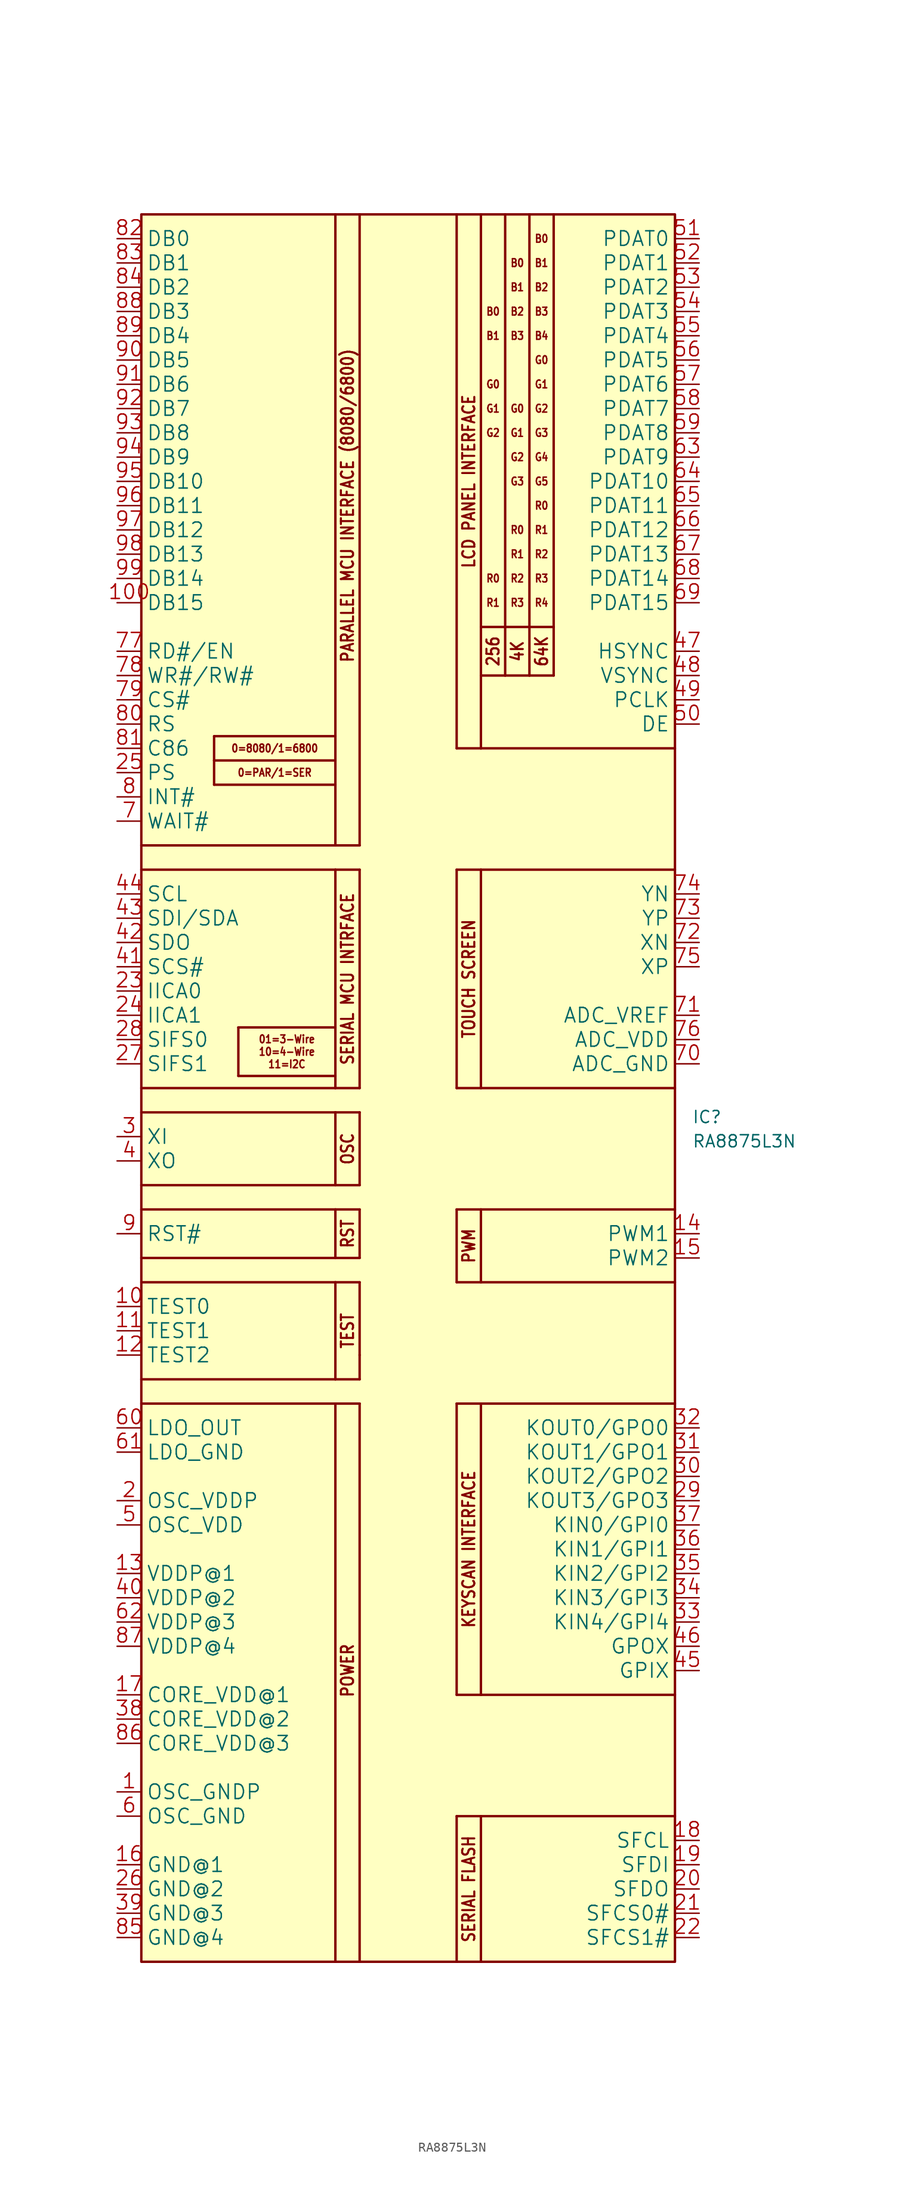
<source format=kicad_sym>
(kicad_symbol_lib
  (version 20241209)
  (generator "kicad_symbol_editor")
  (generator_version "9.0")
  (symbol "RA8875L3N"
    (property "Reference" "IC"
      (at 28.448 1.524 0)
      (effects (font (size 1.27 1.27)) (justify left top)))
    (property "Value" "RA8875L3N"
      (at 28.448 -1.016 0)
      (effects (font (size 1.27 1.27)) (justify left top)))
    (symbol "RA8875L3N_1_0"
      (polyline (pts (xy -29.21 26.67) (xy -8.89 26.67)) (stroke (width 0.254) (type solid)) (fill (type none)))
      (polyline (pts (xy -29.21 1.27) (xy -8.89 1.27)) (stroke (width 0.254) (type solid)) (fill (type none)))
      (polyline (pts (xy -29.21 -8.89) (xy -8.89 -8.89)) (stroke (width 0.254) (type solid)) (fill (type none)))
      (polyline (pts (xy -29.21 -16.51) (xy -8.89 -16.51)) (stroke (width 0.254) (type solid)) (fill (type none)))
      (polyline (pts (xy -29.21 -29.21) (xy -8.89 -29.21)) (stroke (width 0.254) (type solid)) (fill (type none)))
      (polyline (pts (xy -21.59 40.64) (xy -21.59 38.1)) (stroke (width 0.254) (type solid)) (fill (type none)))
      (polyline (pts (xy -21.59 38.1) (xy -8.89 38.1)) (stroke (width 0.254) (type solid)) (fill (type none)))
      (polyline (pts (xy -21.59 35.56) (xy -21.59 38.1)) (stroke (width 0.254) (type solid)) (fill (type none)))
      (polyline (pts (xy -19.05 10.16) (xy -19.05 5.08)) (stroke (width 0.254) (type solid)) (fill (type none)))
      (polyline (pts (xy -19.05 5.08) (xy -8.89 5.08)) (stroke (width 0.254) (type solid)) (fill (type none)))
      (polyline (pts (xy -8.89 95.25) (xy -8.89 40.64)) (stroke (width 0.254) (type solid)) (fill (type none)))
      (polyline (pts (xy -8.89 40.64) (xy -21.59 40.64)) (stroke (width 0.254) (type solid)) (fill (type none)))
      (polyline (pts (xy -8.89 40.64) (xy -8.89 38.1)) (stroke (width 0.254) (type solid)) (fill (type none)))
      (polyline (pts (xy -8.89 38.1) (xy -8.89 35.56)) (stroke (width 0.254) (type solid)) (fill (type none)))
      (polyline (pts (xy -8.89 35.56) (xy -21.59 35.56)) (stroke (width 0.254) (type solid)) (fill (type none)))
      (polyline (pts (xy -8.89 35.56) (xy -8.89 29.21)) (stroke (width 0.254) (type solid)) (fill (type none)))
      (polyline (pts (xy -8.89 29.21) (xy -29.21 29.21)) (stroke (width 0.254) (type solid)) (fill (type none)))
      (polyline (pts (xy -8.89 26.67) (xy -8.89 10.16)) (stroke (width 0.254) (type solid)) (fill (type none)))
      (polyline (pts (xy -8.89 26.67) (xy -6.35 26.67)) (stroke (width 0.254) (type solid)) (fill (type none)))
      (polyline (pts (xy -8.89 10.16) (xy -19.05 10.16)) (stroke (width 0.254) (type solid)) (fill (type none)))
      (polyline (pts (xy -8.89 10.16) (xy -8.89 5.08)) (stroke (width 0.254) (type solid)) (fill (type none)))
      (polyline (pts (xy -8.89 5.08) (xy -8.89 3.81)) (stroke (width 0.254) (type solid)) (fill (type none)))
      (polyline (pts (xy -8.89 3.81) (xy -29.21 3.81)) (stroke (width 0.254) (type solid)) (fill (type none)))
      (polyline (pts (xy -8.89 1.27) (xy -8.89 -6.35)) (stroke (width 0.254) (type solid)) (fill (type none)))
      (polyline (pts (xy -8.89 1.27) (xy -6.35 1.27)) (stroke (width 0.254) (type solid)) (fill (type none)))
      (polyline (pts (xy -8.89 -6.35) (xy -29.21 -6.35)) (stroke (width 0.254) (type solid)) (fill (type none)))
      (polyline (pts (xy -8.89 -8.89) (xy -8.89 -13.97)) (stroke (width 0.254) (type solid)) (fill (type none)))
      (polyline (pts (xy -8.89 -8.89) (xy -6.35 -8.89)) (stroke (width 0.254) (type solid)) (fill (type none)))
      (polyline (pts (xy -8.89 -13.97) (xy -29.21 -13.97)) (stroke (width 0.254) (type solid)) (fill (type none)))
      (polyline (pts (xy -8.89 -16.51) (xy -8.89 -26.67)) (stroke (width 0.254) (type solid)) (fill (type none)))
      (polyline (pts (xy -8.89 -16.51) (xy -6.35 -16.51)) (stroke (width 0.254) (type solid)) (fill (type none)))
      (polyline (pts (xy -8.89 -26.67) (xy -29.21 -26.67)) (stroke (width 0.254) (type solid)) (fill (type none)))
      (polyline (pts (xy -8.89 -29.21) (xy -8.89 -87.63)) (stroke (width 0.254) (type solid)) (fill (type none)))
      (polyline (pts (xy -8.89 -29.21) (xy -6.35 -29.21)) (stroke (width 0.254) (type solid)) (fill (type none)))
      (polyline (pts (xy -6.35 95.25) (xy -6.35 29.21)) (stroke (width 0.254) (type solid)) (fill (type none)))
      (polyline (pts (xy -6.35 29.21) (xy -8.89 29.21)) (stroke (width 0.254) (type solid)) (fill (type none)))
      (polyline (pts (xy -6.35 26.67) (xy -6.35 3.81)) (stroke (width 0.254) (type solid)) (fill (type none)))
      (polyline (pts (xy -6.35 3.81) (xy -8.89 3.81)) (stroke (width 0.254) (type solid)) (fill (type none)))
      (polyline (pts (xy -6.35 1.27) (xy -6.35 -6.35)) (stroke (width 0.254) (type solid)) (fill (type none)))
      (polyline (pts (xy -6.35 -6.35) (xy -8.89 -6.35)) (stroke (width 0.254) (type solid)) (fill (type none)))
      (polyline (pts (xy -6.35 -8.89) (xy -6.35 -13.97)) (stroke (width 0.254) (type solid)) (fill (type none)))
      (polyline (pts (xy -6.35 -13.97) (xy -8.89 -13.97)) (stroke (width 0.254) (type solid)) (fill (type none)))
      (polyline (pts (xy -6.35 -16.51) (xy -6.35 -24.13)) (stroke (width 0.254) (type solid)) (fill (type none)))
      (polyline (pts (xy -6.35 -24.13) (xy -6.35 -26.67)) (stroke (width 0.254) (type solid)) (fill (type none)))
      (polyline (pts (xy -6.35 -26.67) (xy -8.89 -26.67)) (stroke (width 0.254) (type solid)) (fill (type none)))
      (polyline (pts (xy -6.35 -29.21) (xy -6.35 -87.63)) (stroke (width 0.254) (type solid)) (fill (type none)))
      (polyline (pts (xy 3.81 95.25) (xy 3.81 39.37)) (stroke (width 0.254) (type solid)) (fill (type none)))
      (polyline (pts (xy 3.81 39.37) (xy 6.35 39.37)) (stroke (width 0.254) (type solid)) (fill (type none)))
      (polyline (pts (xy 3.81 26.67) (xy 3.81 3.81)) (stroke (width 0.254) (type solid)) (fill (type none)))
      (polyline (pts (xy 3.81 3.81) (xy 6.35 3.81)) (stroke (width 0.254) (type solid)) (fill (type none)))
      (polyline (pts (xy 3.81 -8.89) (xy 6.35 -8.89)) (stroke (width 0.254) (type solid)) (fill (type none)))
      (polyline (pts (xy 3.81 -16.51) (xy 3.81 -8.89)) (stroke (width 0.254) (type solid)) (fill (type none)))
      (polyline (pts (xy 3.81 -29.21) (xy 6.35 -29.21)) (stroke (width 0.254) (type solid)) (fill (type none)))
      (polyline (pts (xy 3.81 -59.69) (xy 3.81 -29.21)) (stroke (width 0.254) (type solid)) (fill (type none)))
      (polyline (pts (xy 3.81 -72.39) (xy 6.35 -72.39)) (stroke (width 0.254) (type solid)) (fill (type none)))
      (polyline (pts (xy 3.81 -87.63) (xy 3.81 -72.39)) (stroke (width 0.254) (type solid)) (fill (type none)))
      (polyline (pts (xy 6.35 95.25) (xy 6.35 52.07)) (stroke (width 0.254) (type solid)) (fill (type none)))
      (polyline (pts (xy 6.35 52.07) (xy 8.89 52.07)) (stroke (width 0.254) (type solid)) (fill (type none)))
      (polyline (pts (xy 6.35 46.99) (xy 6.35 52.07)) (stroke (width 0.254) (type solid)) (fill (type none)))
      (polyline (pts (xy 6.35 46.99) (xy 8.89 46.99)) (stroke (width 0.254) (type solid)) (fill (type none)))
      (polyline (pts (xy 6.35 39.37) (xy 6.35 46.99)) (stroke (width 0.254) (type solid)) (fill (type none)))
      (polyline (pts (xy 6.35 26.67) (xy 3.81 26.67)) (stroke (width 0.254) (type solid)) (fill (type none)))
      (polyline (pts (xy 6.35 26.67) (xy 6.35 3.81)) (stroke (width 0.254) (type solid)) (fill (type none)))
      (polyline (pts (xy 6.35 3.81) (xy 26.67 3.81)) (stroke (width 0.254) (type solid)) (fill (type none)))
      (polyline (pts (xy 6.35 -8.89) (xy 6.35 -16.51)) (stroke (width 0.254) (type solid)) (fill (type none)))
      (polyline (pts (xy 6.35 -8.89) (xy 26.67 -8.89)) (stroke (width 0.254) (type solid)) (fill (type none)))
      (polyline (pts (xy 6.35 -16.51) (xy 3.81 -16.51)) (stroke (width 0.254) (type solid)) (fill (type none)))
      (polyline (pts (xy 6.35 -29.21) (xy 6.35 -59.69)) (stroke (width 0.254) (type solid)) (fill (type none)))
      (polyline (pts (xy 6.35 -29.21) (xy 26.67 -29.21)) (stroke (width 0.254) (type solid)) (fill (type none)))
      (polyline (pts (xy 6.35 -59.69) (xy 3.81 -59.69)) (stroke (width 0.254) (type solid)) (fill (type none)))
      (polyline (pts (xy 6.35 -72.39) (xy 26.67 -72.39)) (stroke (width 0.254) (type solid)) (fill (type none)))
      (polyline (pts (xy 6.35 -87.63) (xy 6.35 -72.39)) (stroke (width 0.254) (type solid)) (fill (type none)))
      (polyline (pts (xy 8.89 52.07) (xy 8.89 95.25)) (stroke (width 0.254) (type solid)) (fill (type none)))
      (polyline (pts (xy 8.89 52.07) (xy 8.89 46.99)) (stroke (width 0.254) (type solid)) (fill (type none)))
      (polyline (pts (xy 8.89 46.99) (xy 11.43 46.99)) (stroke (width 0.254) (type solid)) (fill (type none)))
      (polyline (pts (xy 11.43 95.25) (xy 11.43 52.07)) (stroke (width 0.254) (type solid)) (fill (type none)))
      (polyline (pts (xy 11.43 52.07) (xy 8.89 52.07)) (stroke (width 0.254) (type solid)) (fill (type none)))
      (polyline (pts (xy 11.43 52.07) (xy 11.43 46.99)) (stroke (width 0.254) (type solid)) (fill (type none)))
      (polyline (pts (xy 11.43 52.07) (xy 13.97 52.07)) (stroke (width 0.254) (type solid)) (fill (type none)))
      (polyline (pts (xy 11.43 46.99) (xy 13.97 46.99)) (stroke (width 0.254) (type solid)) (fill (type none)))
      (polyline (pts (xy 13.97 52.07) (xy 13.97 95.25)) (stroke (width 0.254) (type solid)) (fill (type none)))
      (polyline (pts (xy 13.97 46.99) (xy 13.97 52.07)) (stroke (width 0.254) (type solid)) (fill (type none)))
      (polyline (pts (xy 26.67 39.37) (xy 6.35 39.37)) (stroke (width 0.254) (type solid)) (fill (type none)))
      (polyline (pts (xy 26.67 26.67) (xy 6.35 26.67)) (stroke (width 0.254) (type solid)) (fill (type none)))
      (polyline (pts (xy 26.67 -16.51) (xy 6.35 -16.51)) (stroke (width 0.254) (type solid)) (fill (type none)))
      (polyline (pts (xy 26.67 -59.69) (xy 6.35 -59.69)) (stroke (width 0.254) (type solid)) (fill (type none)))
      (text "0=8080/1=6800" (at -15.24 39.37 0) (effects (font (size 0.813 0.691))))
      (text "0=PAR/1=SER" (at -15.24 36.83 0) (effects (font (size 0.813 0.691))))
      (text "01=3-Wire\n10=4-Wire\n11=I2C" (at -13.97 7.62 0) (effects (font (size 0.813 0.691))))
      (text "PARALLEL MCU INTERFACE (8080/6800)" (at -7.62 64.77 900) (effects (font (size 1.27 1.079) (thickness 0.216) (bold yes))))
      (text "SERIAL MCU INTRFACE" (at -7.62 15.24 900) (effects (font (size 1.27 1.079) (thickness 0.216) (bold yes))))
      (text "OSC" (at -7.62 -2.54 900) (effects (font (size 1.27 1.079) (thickness 0.216) (bold yes))))
      (text "RST" (at -7.62 -11.43 900) (effects (font (size 1.27 1.079) (thickness 0.216) (bold yes))))
      (text "TEST" (at -7.62 -21.59 900) (effects (font (size 1.27 1.079) (thickness 0.216) (bold yes))))
      (text "POWER" (at -7.62 -57.15 900) (effects (font (size 1.27 1.079) (thickness 0.216) (bold yes))))
      (text "LCD PANEL INTERFACE" (at 5.08 67.31 900) (effects (font (size 1.27 1.079) (thickness 0.216) (bold yes))))
      (text "TOUCH SCREEN" (at 5.08 15.24 900) (effects (font (size 1.27 1.079) (thickness 0.216) (bold yes))))
      (text "PWM" (at 5.08 -12.7 900) (effects (font (size 1.27 1.079) (thickness 0.216) (bold yes))))
      (text "KEYSCAN INTERFACE" (at 5.08 -44.45 900) (effects (font (size 1.27 1.079) (thickness 0.216) (bold yes))))
      (text "SERIAL FLASH" (at 5.08 -80.01 900) (effects (font (size 1.27 1.079) (thickness 0.216) (bold yes))))
      (text "B0" (at 7.62 85.09 0) (effects (font (size 0.813 0.691))))
      (text "B1" (at 7.62 82.55 0) (effects (font (size 0.813 0.691))))
      (text "G0" (at 7.62 77.47 0) (effects (font (size 0.813 0.691))))
      (text "G1" (at 7.62 74.93 0) (effects (font (size 0.813 0.691))))
      (text "G2" (at 7.62 72.39 0) (effects (font (size 0.813 0.691))))
      (text "R0" (at 7.62 57.15 0) (effects (font (size 0.813 0.691))))
      (text "R1" (at 7.62 54.61 0) (effects (font (size 0.813 0.691))))
      (text "256" (at 7.62 49.53 900) (effects (font (size 1.27 1.079) (thickness 0.216) (bold yes))))
      (text "B0" (at 10.16 90.17 0) (effects (font (size 0.813 0.691))))
      (text "B1" (at 10.16 87.63 0) (effects (font (size 0.813 0.691))))
      (text "B2" (at 10.16 85.09 0) (effects (font (size 0.813 0.691))))
      (text "B3" (at 10.16 82.55 0) (effects (font (size 0.813 0.691))))
      (text "G0" (at 10.16 74.93 0) (effects (font (size 0.813 0.691))))
      (text "G1" (at 10.16 72.39 0) (effects (font (size 0.813 0.691))))
      (text "G2" (at 10.16 69.85 0) (effects (font (size 0.813 0.691))))
      (text "G3" (at 10.16 67.31 0) (effects (font (size 0.813 0.691))))
      (text "R0" (at 10.16 62.23 0) (effects (font (size 0.813 0.691))))
      (text "R1" (at 10.16 59.69 0) (effects (font (size 0.813 0.691))))
      (text "R2" (at 10.16 57.15 0) (effects (font (size 0.813 0.691))))
      (text "R3" (at 10.16 54.61 0) (effects (font (size 0.813 0.691))))
      (text "4K" (at 10.16 49.53 900) (effects (font (size 1.27 1.079) (thickness 0.216) (bold yes))))
      (text "B0" (at 12.7 92.71 0) (effects (font (size 0.813 0.691))))
      (text "B1" (at 12.7 90.17 0) (effects (font (size 0.813 0.691))))
      (text "B2" (at 12.7 87.63 0) (effects (font (size 0.813 0.691))))
      (text "B3" (at 12.7 85.09 0) (effects (font (size 0.813 0.691))))
      (text "B4" (at 12.7 82.55 0) (effects (font (size 0.813 0.691))))
      (text "G0" (at 12.7 80.01 0) (effects (font (size 0.813 0.691))))
      (text "G1" (at 12.7 77.47 0) (effects (font (size 0.813 0.691))))
      (text "G2" (at 12.7 74.93 0) (effects (font (size 0.813 0.691))))
      (text "G3" (at 12.7 72.39 0) (effects (font (size 0.813 0.691))))
      (text "G4" (at 12.7 69.85 0) (effects (font (size 0.813 0.691))))
      (text "G5" (at 12.7 67.31 0) (effects (font (size 0.813 0.691))))
      (text "R0" (at 12.7 64.77 0) (effects (font (size 0.813 0.691))))
      (text "R1" (at 12.7 62.23 0) (effects (font (size 0.813 0.691))))
      (text "R2" (at 12.7 59.69 0) (effects (font (size 0.813 0.691))))
      (text "R3" (at 12.7 57.15 0) (effects (font (size 0.813 0.691))))
      (text "R4" (at 12.7 54.61 0) (effects (font (size 0.813 0.691))))
      (text "64K" (at 12.7 49.53 900) (effects (font (size 1.27 1.079) (thickness 0.216) (bold yes))))
      (pin bidirectional line (at -31.75 92.71 0) (length 2.54) (name "DB0" (effects (font (size 1.524 1.524)))) (number "82" (effects (font (size 1.524 1.524)))))
      (pin bidirectional line (at -31.75 90.17 0) (length 2.54) (name "DB1" (effects (font (size 1.524 1.524)))) (number "83" (effects (font (size 1.524 1.524)))))
      (pin bidirectional line (at -31.75 87.63 0) (length 2.54) (name "DB2" (effects (font (size 1.524 1.524)))) (number "84" (effects (font (size 1.524 1.524)))))
      (pin bidirectional line (at -31.75 85.09 0) (length 2.54) (name "DB3" (effects (font (size 1.524 1.524)))) (number "88" (effects (font (size 1.524 1.524)))))
      (pin bidirectional line (at -31.75 82.55 0) (length 2.54) (name "DB4" (effects (font (size 1.524 1.524)))) (number "89" (effects (font (size 1.524 1.524)))))
      (pin bidirectional line (at -31.75 80.01 0) (length 2.54) (name "DB5" (effects (font (size 1.524 1.524)))) (number "90" (effects (font (size 1.524 1.524)))))
      (pin bidirectional line (at -31.75 77.47 0) (length 2.54) (name "DB6" (effects (font (size 1.524 1.524)))) (number "91" (effects (font (size 1.524 1.524)))))
      (pin bidirectional line (at -31.75 74.93 0) (length 2.54) (name "DB7" (effects (font (size 1.524 1.524)))) (number "92" (effects (font (size 1.524 1.524)))))
      (pin bidirectional line (at -31.75 72.39 0) (length 2.54) (name "DB8" (effects (font (size 1.524 1.524)))) (number "93" (effects (font (size 1.524 1.524)))))
      (pin bidirectional line (at -31.75 69.85 0) (length 2.54) (name "DB9" (effects (font (size 1.524 1.524)))) (number "94" (effects (font (size 1.524 1.524)))))
      (pin bidirectional line (at -31.75 67.31 0) (length 2.54) (name "DB10" (effects (font (size 1.524 1.524)))) (number "95" (effects (font (size 1.524 1.524)))))
      (pin bidirectional line (at -31.75 64.77 0) (length 2.54) (name "DB11" (effects (font (size 1.524 1.524)))) (number "96" (effects (font (size 1.524 1.524)))))
      (pin bidirectional line (at -31.75 62.23 0) (length 2.54) (name "DB12" (effects (font (size 1.524 1.524)))) (number "97" (effects (font (size 1.524 1.524)))))
      (pin bidirectional line (at -31.75 59.69 0) (length 2.54) (name "DB13" (effects (font (size 1.524 1.524)))) (number "98" (effects (font (size 1.524 1.524)))))
      (pin bidirectional line (at -31.75 57.15 0) (length 2.54) (name "DB14" (effects (font (size 1.524 1.524)))) (number "99" (effects (font (size 1.524 1.524)))))
      (pin bidirectional line (at -31.75 54.61 0) (length 2.54) (name "DB15" (effects (font (size 1.524 1.524)))) (number "100" (effects (font (size 1.524 1.524)))))
      (pin input line (at -31.75 49.53 0) (length 2.54) (name "RD#/EN" (effects (font (size 1.524 1.524)))) (number "77" (effects (font (size 1.524 1.524)))))
      (pin input line (at -31.75 46.99 0) (length 2.54) (name "WR#/RW#" (effects (font (size 1.524 1.524)))) (number "78" (effects (font (size 1.524 1.524)))))
      (pin input line (at -31.75 44.45 0) (length 2.54) (name "CS#" (effects (font (size 1.524 1.524)))) (number "79" (effects (font (size 1.524 1.524)))))
      (pin input line (at -31.75 41.91 0) (length 2.54) (name "RS" (effects (font (size 1.524 1.524)))) (number "80" (effects (font (size 1.524 1.524)))))
      (pin input line (at -31.75 39.37 0) (length 2.54) (name "C86" (effects (font (size 1.524 1.524)))) (number "81" (effects (font (size 1.524 1.524)))))
      (pin input line (at -31.75 36.83 0) (length 2.54) (name "PS" (effects (font (size 1.524 1.524)))) (number "25" (effects (font (size 1.524 1.524)))))
      (pin output line (at -31.75 34.29 0) (length 2.54) (name "INT#" (effects (font (size 1.524 1.524)))) (number "8" (effects (font (size 1.524 1.524)))))
      (pin output line (at -31.75 31.75 0) (length 2.54) (name "WAIT#" (effects (font (size 1.524 1.524)))) (number "7" (effects (font (size 1.524 1.524)))))
      (pin output line (at -31.75 24.13 0) (length 2.54) (name "SCL" (effects (font (size 1.524 1.524)))) (number "44" (effects (font (size 1.524 1.524)))))
      (pin bidirectional line (at -31.75 21.59 0) (length 2.54) (name "SDI/SDA" (effects (font (size 1.524 1.524)))) (number "43" (effects (font (size 1.524 1.524)))))
      (pin output line (at -31.75 19.05 0) (length 2.54) (name "SDO" (effects (font (size 1.524 1.524)))) (number "42" (effects (font (size 1.524 1.524)))))
      (pin output line (at -31.75 16.51 0) (length 2.54) (name "SCS#" (effects (font (size 1.524 1.524)))) (number "41" (effects (font (size 1.524 1.524)))))
      (pin input line (at -31.75 13.97 0) (length 2.54) (name "IICA0" (effects (font (size 1.524 1.524)))) (number "23" (effects (font (size 1.524 1.524)))))
      (pin input line (at -31.75 11.43 0) (length 2.54) (name "IICA1" (effects (font (size 1.524 1.524)))) (number "24" (effects (font (size 1.524 1.524)))))
      (pin input line (at -31.75 8.89 0) (length 2.54) (name "SIFS0" (effects (font (size 1.524 1.524)))) (number "28" (effects (font (size 1.524 1.524)))))
      (pin input line (at -31.75 6.35 0) (length 2.54) (name "SIFS1" (effects (font (size 1.524 1.524)))) (number "27" (effects (font (size 1.524 1.524)))))
      (pin input line (at -31.75 -1.27 0) (length 2.54) (name "XI" (effects (font (size 1.524 1.524)))) (number "3" (effects (font (size 1.524 1.524)))))
      (pin output line (at -31.75 -3.81 0) (length 2.54) (name "XO" (effects (font (size 1.524 1.524)))) (number "4" (effects (font (size 1.524 1.524)))))
      (pin input line (at -31.75 -11.43 0) (length 2.54) (name "RST#" (effects (font (size 1.524 1.524)))) (number "9" (effects (font (size 1.524 1.524)))))
      (pin input line (at -31.75 -19.05 0) (length 2.54) (name "TEST0" (effects (font (size 1.524 1.524)))) (number "10" (effects (font (size 1.524 1.524)))))
      (pin input line (at -31.75 -21.59 0) (length 2.54) (name "TEST1" (effects (font (size 1.524 1.524)))) (number "11" (effects (font (size 1.524 1.524)))))
      (pin input line (at -31.75 -24.13 0) (length 2.54) (name "TEST2" (effects (font (size 1.524 1.524)))) (number "12" (effects (font (size 1.524 1.524)))))
      (pin power_in line (at -31.75 -31.75 0) (length 2.54) (name "LDO_OUT" (effects (font (size 1.524 1.524)))) (number "60" (effects (font (size 1.524 1.524)))))
      (pin power_in line (at -31.75 -34.29 0) (length 2.54) (name "LDO_GND" (effects (font (size 1.524 1.524)))) (number "61" (effects (font (size 1.524 1.524)))))
      (pin power_in line (at -31.75 -39.37 0) (length 2.54) (name "OSC_VDDP" (effects (font (size 1.524 1.524)))) (number "2" (effects (font (size 1.524 1.524)))))
      (pin power_in line (at -31.75 -41.91 0) (length 2.54) (name "OSC_VDD" (effects (font (size 1.524 1.524)))) (number "5" (effects (font (size 1.524 1.524)))))
      (pin power_in line (at -31.75 -46.99 0) (length 2.54) (name "VDDP@1" (effects (font (size 1.524 1.524)))) (number "13" (effects (font (size 1.524 1.524)))))
      (pin power_in line (at -31.75 -49.53 0) (length 2.54) (name "VDDP@2" (effects (font (size 1.524 1.524)))) (number "40" (effects (font (size 1.524 1.524)))))
      (pin power_in line (at -31.75 -52.07 0) (length 2.54) (name "VDDP@3" (effects (font (size 1.524 1.524)))) (number "62" (effects (font (size 1.524 1.524)))))
      (pin power_in line (at -31.75 -54.61 0) (length 2.54) (name "VDDP@4" (effects (font (size 1.524 1.524)))) (number "87" (effects (font (size 1.524 1.524)))))
      (pin power_in line (at -31.75 -59.69 0) (length 2.54) (name "CORE_VDD@1" (effects (font (size 1.524 1.524)))) (number "17" (effects (font (size 1.524 1.524)))))
      (pin power_in line (at -31.75 -62.23 0) (length 2.54) (name "CORE_VDD@2" (effects (font (size 1.524 1.524)))) (number "38" (effects (font (size 1.524 1.524)))))
      (pin power_in line (at -31.75 -64.77 0) (length 2.54) (name "CORE_VDD@3" (effects (font (size 1.524 1.524)))) (number "86" (effects (font (size 1.524 1.524)))))
      (pin power_in line (at -31.75 -69.85 0) (length 2.54) (name "OSC_GNDP" (effects (font (size 1.524 1.524)))) (number "1" (effects (font (size 1.524 1.524)))))
      (pin power_in line (at -31.75 -72.39 0) (length 2.54) (name "OSC_GND" (effects (font (size 1.524 1.524)))) (number "6" (effects (font (size 1.524 1.524)))))
      (pin power_in line (at -31.75 -77.47 0) (length 2.54) (name "GND@1" (effects (font (size 1.524 1.524)))) (number "16" (effects (font (size 1.524 1.524)))))
      (pin power_in line (at -31.75 -80.01 0) (length 2.54) (name "GND@2" (effects (font (size 1.524 1.524)))) (number "26" (effects (font (size 1.524 1.524)))))
      (pin power_in line (at -31.75 -82.55 0) (length 2.54) (name "GND@3" (effects (font (size 1.524 1.524)))) (number "39" (effects (font (size 1.524 1.524)))))
      (pin power_in line (at -31.75 -85.09 0) (length 2.54) (name "GND@4" (effects (font (size 1.524 1.524)))) (number "85" (effects (font (size 1.524 1.524)))))
      (pin output line (at 29.21 92.71 180) (length 2.54) (name "PDAT0" (effects (font (size 1.524 1.524)))) (number "51" (effects (font (size 1.524 1.524)))))
      (pin output line (at 29.21 90.17 180) (length 2.54) (name "PDAT1" (effects (font (size 1.524 1.524)))) (number "52" (effects (font (size 1.524 1.524)))))
      (pin output line (at 29.21 87.63 180) (length 2.54) (name "PDAT2" (effects (font (size 1.524 1.524)))) (number "53" (effects (font (size 1.524 1.524)))))
      (pin output line (at 29.21 85.09 180) (length 2.54) (name "PDAT3" (effects (font (size 1.524 1.524)))) (number "54" (effects (font (size 1.524 1.524)))))
      (pin output line (at 29.21 82.55 180) (length 2.54) (name "PDAT4" (effects (font (size 1.524 1.524)))) (number "55" (effects (font (size 1.524 1.524)))))
      (pin output line (at 29.21 80.01 180) (length 2.54) (name "PDAT5" (effects (font (size 1.524 1.524)))) (number "56" (effects (font (size 1.524 1.524)))))
      (pin output line (at 29.21 77.47 180) (length 2.54) (name "PDAT6" (effects (font (size 1.524 1.524)))) (number "57" (effects (font (size 1.524 1.524)))))
      (pin output line (at 29.21 74.93 180) (length 2.54) (name "PDAT7" (effects (font (size 1.524 1.524)))) (number "58" (effects (font (size 1.524 1.524)))))
      (pin output line (at 29.21 72.39 180) (length 2.54) (name "PDAT8" (effects (font (size 1.524 1.524)))) (number "59" (effects (font (size 1.524 1.524)))))
      (pin output line (at 29.21 69.85 180) (length 2.54) (name "PDAT9" (effects (font (size 1.524 1.524)))) (number "63" (effects (font (size 1.524 1.524)))))
      (pin output line (at 29.21 67.31 180) (length 2.54) (name "PDAT10" (effects (font (size 1.524 1.524)))) (number "64" (effects (font (size 1.524 1.524)))))
      (pin output line (at 29.21 64.77 180) (length 2.54) (name "PDAT11" (effects (font (size 1.524 1.524)))) (number "65" (effects (font (size 1.524 1.524)))))
      (pin output line (at 29.21 62.23 180) (length 2.54) (name "PDAT12" (effects (font (size 1.524 1.524)))) (number "66" (effects (font (size 1.524 1.524)))))
      (pin output line (at 29.21 59.69 180) (length 2.54) (name "PDAT13" (effects (font (size 1.524 1.524)))) (number "67" (effects (font (size 1.524 1.524)))))
      (pin output line (at 29.21 57.15 180) (length 2.54) (name "PDAT14" (effects (font (size 1.524 1.524)))) (number "68" (effects (font (size 1.524 1.524)))))
      (pin output line (at 29.21 54.61 180) (length 2.54) (name "PDAT15" (effects (font (size 1.524 1.524)))) (number "69" (effects (font (size 1.524 1.524)))))
      (pin output line (at 29.21 49.53 180) (length 2.54) (name "HSYNC" (effects (font (size 1.524 1.524)))) (number "47" (effects (font (size 1.524 1.524)))))
      (pin output line (at 29.21 46.99 180) (length 2.54) (name "VSYNC" (effects (font (size 1.524 1.524)))) (number "48" (effects (font (size 1.524 1.524)))))
      (pin output line (at 29.21 44.45 180) (length 2.54) (name "PCLK" (effects (font (size 1.524 1.524)))) (number "49" (effects (font (size 1.524 1.524)))))
      (pin output line (at 29.21 41.91 180) (length 2.54) (name "DE" (effects (font (size 1.524 1.524)))) (number "50" (effects (font (size 1.524 1.524)))))
      (pin bidirectional line (at 29.21 24.13 180) (length 2.54) (name "YN" (effects (font (size 1.524 1.524)))) (number "74" (effects (font (size 1.524 1.524)))))
      (pin bidirectional line (at 29.21 21.59 180) (length 2.54) (name "YP" (effects (font (size 1.524 1.524)))) (number "73" (effects (font (size 1.524 1.524)))))
      (pin bidirectional line (at 29.21 19.05 180) (length 2.54) (name "XN" (effects (font (size 1.524 1.524)))) (number "72" (effects (font (size 1.524 1.524)))))
      (pin bidirectional line (at 29.21 16.51 180) (length 2.54) (name "XP" (effects (font (size 1.524 1.524)))) (number "75" (effects (font (size 1.524 1.524)))))
      (pin input line (at 29.21 11.43 180) (length 2.54) (name "ADC_VREF" (effects (font (size 1.524 1.524)))) (number "71" (effects (font (size 1.524 1.524)))))
      (pin power_in line (at 29.21 8.89 180) (length 2.54) (name "ADC_VDD" (effects (font (size 1.524 1.524)))) (number "76" (effects (font (size 1.524 1.524)))))
      (pin power_in line (at 29.21 6.35 180) (length 2.54) (name "ADC_GND" (effects (font (size 1.524 1.524)))) (number "70" (effects (font (size 1.524 1.524)))))
      (pin output line (at 29.21 -11.43 180) (length 2.54) (name "PWM1" (effects (font (size 1.524 1.524)))) (number "14" (effects (font (size 1.524 1.524)))))
      (pin output line (at 29.21 -13.97 180) (length 2.54) (name "PWM2" (effects (font (size 1.524 1.524)))) (number "15" (effects (font (size 1.524 1.524)))))
      (pin output line (at 29.21 -31.75 180) (length 2.54) (name "KOUT0/GPO0" (effects (font (size 1.524 1.524)))) (number "32" (effects (font (size 1.524 1.524)))))
      (pin output line (at 29.21 -34.29 180) (length 2.54) (name "KOUT1/GPO1" (effects (font (size 1.524 1.524)))) (number "31" (effects (font (size 1.524 1.524)))))
      (pin output line (at 29.21 -36.83 180) (length 2.54) (name "KOUT2/GPO2" (effects (font (size 1.524 1.524)))) (number "30" (effects (font (size 1.524 1.524)))))
      (pin output line (at 29.21 -39.37 180) (length 2.54) (name "KOUT3/GPO3" (effects (font (size 1.524 1.524)))) (number "29" (effects (font (size 1.524 1.524)))))
      (pin input line (at 29.21 -41.91 180) (length 2.54) (name "KIN0/GPI0" (effects (font (size 1.524 1.524)))) (number "37" (effects (font (size 1.524 1.524)))))
      (pin input line (at 29.21 -44.45 180) (length 2.54) (name "KIN1/GPI1" (effects (font (size 1.524 1.524)))) (number "36" (effects (font (size 1.524 1.524)))))
      (pin input line (at 29.21 -46.99 180) (length 2.54) (name "KIN2/GPI2" (effects (font (size 1.524 1.524)))) (number "35" (effects (font (size 1.524 1.524)))))
      (pin input line (at 29.21 -49.53 180) (length 2.54) (name "KIN3/GPI3" (effects (font (size 1.524 1.524)))) (number "34" (effects (font (size 1.524 1.524)))))
      (pin input line (at 29.21 -52.07 180) (length 2.54) (name "KIN4/GPI4" (effects (font (size 1.524 1.524)))) (number "33" (effects (font (size 1.524 1.524)))))
      (pin output line (at 29.21 -54.61 180) (length 2.54) (name "GPOX" (effects (font (size 1.524 1.524)))) (number "46" (effects (font (size 1.524 1.524)))))
      (pin input line (at 29.21 -57.15 180) (length 2.54) (name "GPIX" (effects (font (size 1.524 1.524)))) (number "45" (effects (font (size 1.524 1.524)))))
      (pin output line (at 29.21 -74.93 180) (length 2.54) (name "SFCL" (effects (font (size 1.524 1.524)))) (number "18" (effects (font (size 1.524 1.524)))))
      (pin bidirectional line (at 29.21 -77.47 180) (length 2.54) (name "SFDI" (effects (font (size 1.524 1.524)))) (number "19" (effects (font (size 1.524 1.524)))))
      (pin bidirectional line (at 29.21 -80.01 180) (length 2.54) (name "SFDO" (effects (font (size 1.524 1.524)))) (number "20" (effects (font (size 1.524 1.524)))))
      (pin output line (at 29.21 -82.55 180) (length 2.54) (name "SFCS0#" (effects (font (size 1.524 1.524)))) (number "21" (effects (font (size 1.524 1.524)))))
      (pin output line (at 29.21 -85.09 180) (length 2.54) (name "SFCS1#" (effects (font (size 1.524 1.524)))) (number "22" (effects (font (size 1.524 1.524))))))
    (symbol "RA8875L3N_1_1"
      (rectangle (start -29.21 95.25) (end 26.67 -87.63) (stroke (width 0.254) (type solid)) (fill (type background))))))
</source>
